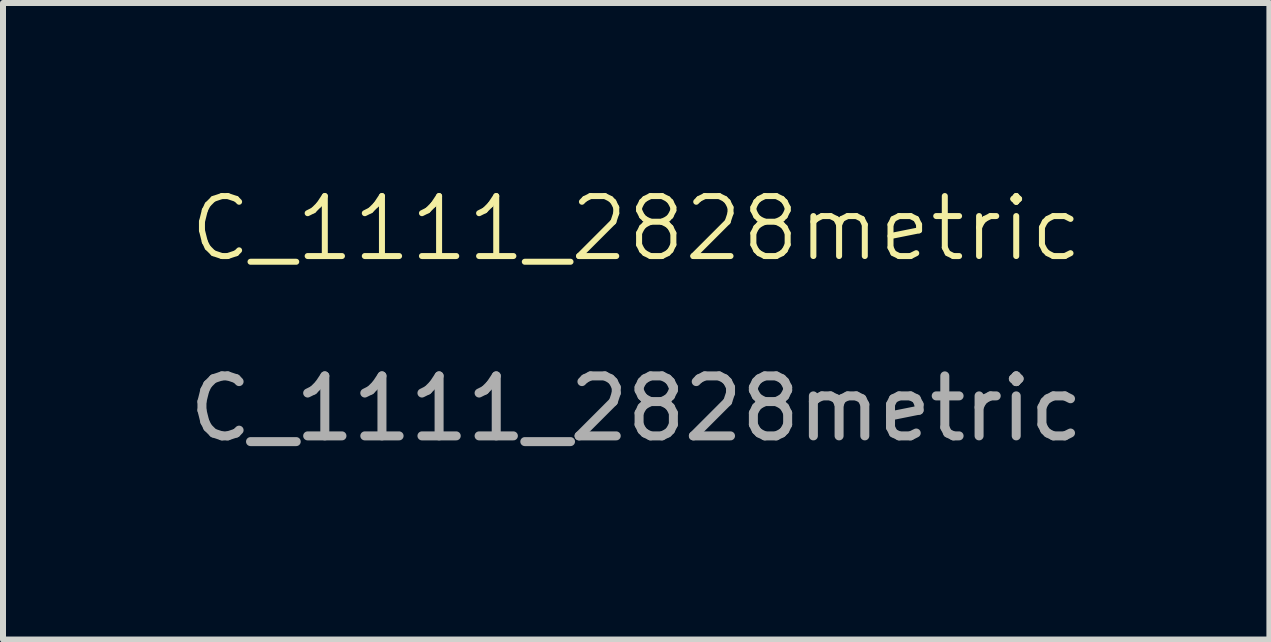
<source format=kicad_pcb>
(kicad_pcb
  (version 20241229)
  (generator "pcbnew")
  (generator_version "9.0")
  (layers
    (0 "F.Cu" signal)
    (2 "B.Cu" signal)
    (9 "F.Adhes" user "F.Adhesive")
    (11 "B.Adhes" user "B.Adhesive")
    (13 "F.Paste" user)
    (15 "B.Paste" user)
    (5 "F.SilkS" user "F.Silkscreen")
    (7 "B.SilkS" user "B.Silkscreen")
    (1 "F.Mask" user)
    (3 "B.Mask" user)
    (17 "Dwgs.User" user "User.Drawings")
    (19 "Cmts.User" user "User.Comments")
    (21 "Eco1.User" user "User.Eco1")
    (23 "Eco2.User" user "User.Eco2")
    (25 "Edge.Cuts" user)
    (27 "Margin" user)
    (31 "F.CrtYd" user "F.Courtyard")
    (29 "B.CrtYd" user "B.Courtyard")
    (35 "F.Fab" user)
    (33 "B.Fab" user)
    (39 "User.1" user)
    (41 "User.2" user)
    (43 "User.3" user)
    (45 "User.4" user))
  (footprint "C_1111_2828metric"
    (layer "F.Cu")
    (at 7.554 1.26)
    (property "Reference" "C_1111_2828metric" (at 0 -0.5 0) (unlocked yes) (layer "F.SilkS") (effects (font (size 1 1) (thickness 0.1))))
    (attr smd)
    (fp_text user "${REFERENCE}" (at 0 2.5 0) (unlocked yes) (layer "F.Fab") (effects (font (size 1 1) (thickness 0.15)))))
  (gr_rect
    (start -3 -3)
    (end 18.107 7.609)
    (stroke (width 0.1) (type default))
    (fill no)
    (layer "Edge.Cuts")))
</source>
